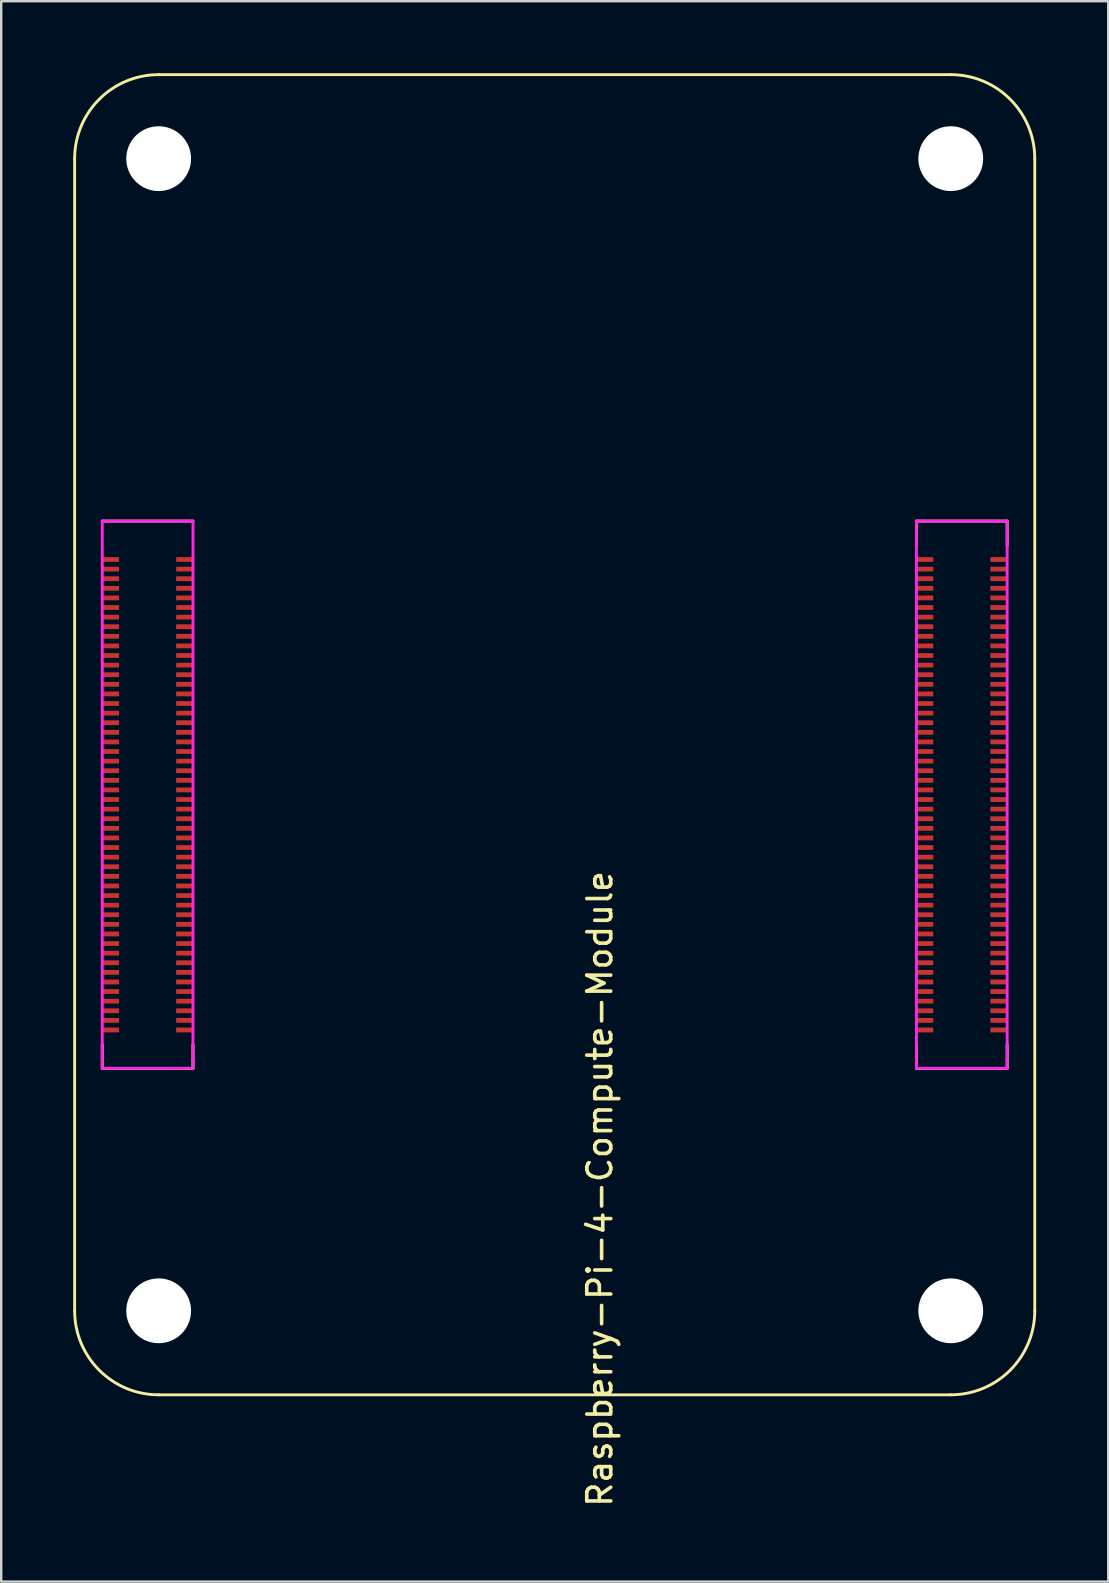
<source format=kicad_pcb>
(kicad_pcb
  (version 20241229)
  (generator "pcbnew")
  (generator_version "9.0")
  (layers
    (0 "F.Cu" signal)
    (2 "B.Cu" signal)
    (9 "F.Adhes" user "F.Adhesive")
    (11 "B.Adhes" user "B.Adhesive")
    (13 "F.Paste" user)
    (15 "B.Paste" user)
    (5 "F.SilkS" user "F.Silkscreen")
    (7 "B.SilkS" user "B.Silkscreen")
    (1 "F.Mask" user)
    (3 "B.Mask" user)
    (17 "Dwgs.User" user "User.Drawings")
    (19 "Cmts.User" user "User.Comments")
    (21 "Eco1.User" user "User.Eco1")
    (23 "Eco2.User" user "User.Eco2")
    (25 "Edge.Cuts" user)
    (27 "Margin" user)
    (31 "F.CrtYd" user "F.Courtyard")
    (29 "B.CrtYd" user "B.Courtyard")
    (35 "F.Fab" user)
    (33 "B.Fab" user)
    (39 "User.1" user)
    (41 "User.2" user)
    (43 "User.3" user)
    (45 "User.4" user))
  (footprint "Raspberry-Pi-4-Compute-Module"
    (layer "F.Cu")
    (at 3.56 51.56)
    (property "Reference" "Raspberry-Pi-4-Compute-Module" (at 18.38 -5.08 270) (layer "F.SilkS") (effects (font (size 1 1) (thickness 0.15))))
    (attr smd)
    (fp_line (start -3.5 -48) (end -3.5 0) (stroke (width 0.12) (type solid)) (layer "F.SilkS"))
    (fp_line (start -2.35 -32.9) (end 1.43 -32.9) (stroke (width 0.12) (type solid)) (layer "F.SilkS"))
    (fp_line (start -2.35 -10.1) (end -2.35 -11.1) (stroke (width 0.12) (type solid)) (layer "F.SilkS"))
    (fp_line (start -2.35 -10.1) (end 1.43 -10.1) (stroke (width 0.12) (type solid)) (layer "F.SilkS"))
    (fp_line (start 0 3.5) (end 33 3.5) (stroke (width 0.12) (type solid)) (layer "F.SilkS"))
    (fp_line (start 1.43 -10.1) (end 1.43 -11.1) (stroke (width 0.12) (type solid)) (layer "F.SilkS"))
    (fp_line (start 31.57 -32.9) (end 31.57 -31.9) (stroke (width 0.12) (type solid)) (layer "F.SilkS"))
    (fp_line (start 31.57 -32.9) (end 35.35 -32.9) (stroke (width 0.12) (type solid)) (layer "F.SilkS"))
    (fp_line (start 31.57 -10.1) (end 31.57 -11.1) (stroke (width 0.12) (type solid)) (layer "F.SilkS"))
    (fp_line (start 31.57 -10.1) (end 35.35 -10.1) (stroke (width 0.12) (type solid)) (layer "F.SilkS"))
    (fp_line (start 33 -51.5) (end 0 -51.5) (stroke (width 0.12) (type solid)) (layer "F.SilkS"))
    (fp_line (start 35.35 -32.9) (end 35.35 -31.9) (stroke (width 0.12) (type solid)) (layer "F.SilkS"))
    (fp_line (start 35.35 -10.1) (end 35.35 -11.1) (stroke (width 0.12) (type solid)) (layer "F.SilkS"))
    (fp_line (start 36.5 0) (end 36.5 -48) (stroke (width 0.12) (type solid)) (layer "F.SilkS"))
    (fp_arc (start -3.5 -48) (mid -2.474874 -50.474874) (end 0 -51.5) (stroke (width 0.12) (type solid)) (layer "F.SilkS"))
    (fp_arc (start 0 3.5) (mid -2.474874 2.474874) (end -3.5 0) (stroke (width 0.12) (type solid)) (layer "F.SilkS"))
    (fp_arc (start 33 -51.5) (mid 35.474874 -50.474874) (end 36.5 -48) (stroke (width 0.12) (type solid)) (layer "F.SilkS"))
    (fp_arc (start 36.5 0) (mid 35.474874 2.474874) (end 33 3.5) (stroke (width 0.12) (type solid)) (layer "F.SilkS"))
    (fp_line (start -2.35 -32.9) (end 1.43 -32.9) (stroke (width 0.12) (type solid)) (layer "F.CrtYd"))
    (fp_line (start -2.35 -10.1) (end -2.35 -32.9) (stroke (width 0.12) (type solid)) (layer "F.CrtYd"))
    (fp_line (start 1.43 -32.9) (end 1.43 -10.1) (stroke (width 0.12) (type solid)) (layer "F.CrtYd"))
    (fp_line (start 1.43 -10.1) (end -2.35 -10.1) (stroke (width 0.12) (type solid)) (layer "F.CrtYd"))
    (fp_line (start 31.57 -32.9) (end 35.35 -32.9) (stroke (width 0.12) (type solid)) (layer "F.CrtYd"))
    (fp_line (start 31.57 -10.1) (end 31.57 -32.9) (stroke (width 0.12) (type solid)) (layer "F.CrtYd"))
    (fp_line (start 35.35 -32.9) (end 35.35 -10.1) (stroke (width 0.12) (type solid)) (layer "F.CrtYd"))
    (fp_line (start 35.35 -10.1) (end 31.57 -10.1) (stroke (width 0.12) (type solid)) (layer "F.CrtYd"))
    (pad "" np_thru_hole circle (at 0 -48) (size 2.7 2.7) (drill 2.7) (layers "*.Cu" "*.Mask"))
    (pad "" np_thru_hole circle (at 0 0) (size 2.7 2.7) (drill 2.7) (layers "*.Cu" "*.Mask"))
    (pad "" np_thru_hole circle (at 33 -48) (size 2.7 2.7) (drill 2.7) (layers "*.Cu" "*.Mask"))
    (pad "" np_thru_hole circle (at 33 0) (size 2.7 2.7) (drill 2.7) (layers "*.Cu" "*.Mask"))
    (pad "1" smd rect (at -2 -31.3 270) (size 0.2 0.7) (layers "F.Cu" "F.Mask" "F.Paste"))
    (pad "2" smd rect (at 1.08 -31.3 270) (size 0.2 0.7) (layers "F.Cu" "F.Mask" "F.Paste"))
    (pad "3" smd rect (at -2 -30.9 270) (size 0.2 0.7) (layers "F.Cu" "F.Mask" "F.Paste"))
    (pad "4" smd rect (at 1.08 -30.9 270) (size 0.2 0.7) (layers "F.Cu" "F.Mask" "F.Paste"))
    (pad "5" smd rect (at -2 -30.5 270) (size 0.2 0.7) (layers "F.Cu" "F.Mask" "F.Paste"))
    (pad "6" smd rect (at 1.08 -30.5 270) (size 0.2 0.7) (layers "F.Cu" "F.Mask" "F.Paste"))
    (pad "7" smd rect (at -2 -30.1 270) (size 0.2 0.7) (layers "F.Cu" "F.Mask" "F.Paste"))
    (pad "8" smd rect (at 1.08 -30.1 270) (size 0.2 0.7) (layers "F.Cu" "F.Mask" "F.Paste"))
    (pad "9" smd rect (at -2 -29.7 270) (size 0.2 0.7) (layers "F.Cu" "F.Mask" "F.Paste"))
    (pad "10" smd rect (at 1.08 -29.7 270) (size 0.2 0.7) (layers "F.Cu" "F.Mask" "F.Paste"))
    (pad "11" smd rect (at -2 -29.3 270) (size 0.2 0.7) (layers "F.Cu" "F.Mask" "F.Paste"))
    (pad "12" smd rect (at 1.08 -29.3 270) (size 0.2 0.7) (layers "F.Cu" "F.Mask" "F.Paste"))
    (pad "13" smd rect (at -2 -28.9 270) (size 0.2 0.7) (layers "F.Cu" "F.Mask" "F.Paste"))
    (pad "14" smd rect (at 1.08 -28.9 270) (size 0.2 0.7) (layers "F.Cu" "F.Mask" "F.Paste"))
    (pad "15" smd rect (at -2 -28.5 270) (size 0.2 0.7) (layers "F.Cu" "F.Mask" "F.Paste"))
    (pad "16" smd rect (at 1.08 -28.5 270) (size 0.2 0.7) (layers "F.Cu" "F.Mask" "F.Paste"))
    (pad "17" smd rect (at -2 -28.1 270) (size 0.2 0.7) (layers "F.Cu" "F.Mask" "F.Paste"))
    (pad "18" smd rect (at 1.08 -28.1 270) (size 0.2 0.7) (layers "F.Cu" "F.Mask" "F.Paste"))
    (pad "19" smd rect (at -2 -27.7 270) (size 0.2 0.7) (layers "F.Cu" "F.Mask" "F.Paste"))
    (pad "20" smd rect (at 1.08 -27.7 270) (size 0.2 0.7) (layers "F.Cu" "F.Mask" "F.Paste"))
    (pad "21" smd rect (at -2 -27.3 270) (size 0.2 0.7) (layers "F.Cu" "F.Mask" "F.Paste"))
    (pad "22" smd rect (at 1.08 -27.3 270) (size 0.2 0.7) (layers "F.Cu" "F.Mask" "F.Paste"))
    (pad "23" smd rect (at -2 -26.9 270) (size 0.2 0.7) (layers "F.Cu" "F.Mask" "F.Paste"))
    (pad "24" smd rect (at 1.08 -26.9 270) (size 0.2 0.7) (layers "F.Cu" "F.Mask" "F.Paste"))
    (pad "25" smd rect (at -2 -26.5 270) (size 0.2 0.7) (layers "F.Cu" "F.Mask" "F.Paste"))
    (pad "26" smd rect (at 1.08 -26.5 270) (size 0.2 0.7) (layers "F.Cu" "F.Mask" "F.Paste"))
    (pad "27" smd rect (at -2 -26.1 270) (size 0.2 0.7) (layers "F.Cu" "F.Mask" "F.Paste"))
    (pad "28" smd rect (at 1.08 -26.1 270) (size 0.2 0.7) (layers "F.Cu" "F.Mask" "F.Paste"))
    (pad "29" smd rect (at -2 -25.7 270) (size 0.2 0.7) (layers "F.Cu" "F.Mask" "F.Paste"))
    (pad "30" smd rect (at 1.08 -25.7 270) (size 0.2 0.7) (layers "F.Cu" "F.Mask" "F.Paste"))
    (pad "31" smd rect (at -2 -25.3 270) (size 0.2 0.7) (layers "F.Cu" "F.Mask" "F.Paste"))
    (pad "32" smd rect (at 1.08 -25.3 270) (size 0.2 0.7) (layers "F.Cu" "F.Mask" "F.Paste"))
    (pad "33" smd rect (at -2 -24.9 270) (size 0.2 0.7) (layers "F.Cu" "F.Mask" "F.Paste"))
    (pad "34" smd rect (at 1.08 -24.9 270) (size 0.2 0.7) (layers "F.Cu" "F.Mask" "F.Paste"))
    (pad "35" smd rect (at -2 -24.5 270) (size 0.2 0.7) (layers "F.Cu" "F.Mask" "F.Paste"))
    (pad "36" smd rect (at 1.08 -24.5 270) (size 0.2 0.7) (layers "F.Cu" "F.Mask" "F.Paste"))
    (pad "37" smd rect (at -2 -24.1 270) (size 0.2 0.7) (layers "F.Cu" "F.Mask" "F.Paste"))
    (pad "38" smd rect (at 1.08 -24.1 270) (size 0.2 0.7) (layers "F.Cu" "F.Mask" "F.Paste"))
    (pad "39" smd rect (at -2 -23.7 270) (size 0.2 0.7) (layers "F.Cu" "F.Mask" "F.Paste"))
    (pad "40" smd rect (at 1.08 -23.7 270) (size 0.2 0.7) (layers "F.Cu" "F.Mask" "F.Paste"))
    (pad "41" smd rect (at -2 -23.3 270) (size 0.2 0.7) (layers "F.Cu" "F.Mask" "F.Paste"))
    (pad "42" smd rect (at 1.08 -23.3 270) (size 0.2 0.7) (layers "F.Cu" "F.Mask" "F.Paste"))
    (pad "43" smd rect (at -2 -22.9 270) (size 0.2 0.7) (layers "F.Cu" "F.Mask" "F.Paste"))
    (pad "44" smd rect (at 1.08 -22.9 270) (size 0.2 0.7) (layers "F.Cu" "F.Mask" "F.Paste"))
    (pad "45" smd rect (at -2 -22.5 270) (size 0.2 0.7) (layers "F.Cu" "F.Mask" "F.Paste"))
    (pad "46" smd rect (at 1.08 -22.5 270) (size 0.2 0.7) (layers "F.Cu" "F.Mask" "F.Paste"))
    (pad "47" smd rect (at -2 -22.1 270) (size 0.2 0.7) (layers "F.Cu" "F.Mask" "F.Paste"))
    (pad "48" smd rect (at 1.08 -22.1 270) (size 0.2 0.7) (layers "F.Cu" "F.Mask" "F.Paste"))
    (pad "49" smd rect (at -2 -21.7 270) (size 0.2 0.7) (layers "F.Cu" "F.Mask" "F.Paste"))
    (pad "50" smd rect (at 1.08 -21.7 270) (size 0.2 0.7) (layers "F.Cu" "F.Mask" "F.Paste"))
    (pad "51" smd rect (at -2 -21.3 270) (size 0.2 0.7) (layers "F.Cu" "F.Mask" "F.Paste"))
    (pad "52" smd rect (at 1.08 -21.3 270) (size 0.2 0.7) (layers "F.Cu" "F.Mask" "F.Paste"))
    (pad "53" smd rect (at -2 -20.9 270) (size 0.2 0.7) (layers "F.Cu" "F.Mask" "F.Paste"))
    (pad "54" smd rect (at 1.08 -20.9 270) (size 0.2 0.7) (layers "F.Cu" "F.Mask" "F.Paste"))
    (pad "55" smd rect (at -2 -20.5 270) (size 0.2 0.7) (layers "F.Cu" "F.Mask" "F.Paste"))
    (pad "56" smd rect (at 1.08 -20.5 270) (size 0.2 0.7) (layers "F.Cu" "F.Mask" "F.Paste"))
    (pad "57" smd rect (at -2 -20.1 270) (size 0.2 0.7) (layers "F.Cu" "F.Mask" "F.Paste"))
    (pad "58" smd rect (at 1.08 -20.1 270) (size 0.2 0.7) (layers "F.Cu" "F.Mask" "F.Paste"))
    (pad "59" smd rect (at -2 -19.7 270) (size 0.2 0.7) (layers "F.Cu" "F.Mask" "F.Paste"))
    (pad "60" smd rect (at 1.08 -19.7 270) (size 0.2 0.7) (layers "F.Cu" "F.Mask" "F.Paste"))
    (pad "61" smd rect (at -2 -19.3 270) (size 0.2 0.7) (layers "F.Cu" "F.Mask" "F.Paste"))
    (pad "62" smd rect (at 1.08 -19.3 270) (size 0.2 0.7) (layers "F.Cu" "F.Mask" "F.Paste"))
    (pad "63" smd rect (at -2 -18.9 270) (size 0.2 0.7) (layers "F.Cu" "F.Mask" "F.Paste"))
    (pad "64" smd rect (at 1.08 -18.9 270) (size 0.2 0.7) (layers "F.Cu" "F.Mask" "F.Paste"))
    (pad "65" smd rect (at -2 -18.5 270) (size 0.2 0.7) (layers "F.Cu" "F.Mask" "F.Paste"))
    (pad "66" smd rect (at 1.08 -18.5 270) (size 0.2 0.7) (layers "F.Cu" "F.Mask" "F.Paste"))
    (pad "67" smd rect (at -2 -18.1 270) (size 0.2 0.7) (layers "F.Cu" "F.Mask" "F.Paste"))
    (pad "68" smd rect (at 1.08 -18.1 270) (size 0.2 0.7) (layers "F.Cu" "F.Mask" "F.Paste"))
    (pad "69" smd rect (at -2 -17.7 270) (size 0.2 0.7) (layers "F.Cu" "F.Mask" "F.Paste"))
    (pad "70" smd rect (at 1.08 -17.7 270) (size 0.2 0.7) (layers "F.Cu" "F.Mask" "F.Paste"))
    (pad "71" smd rect (at -2 -17.3 270) (size 0.2 0.7) (layers "F.Cu" "F.Mask" "F.Paste"))
    (pad "72" smd rect (at 1.08 -17.3 270) (size 0.2 0.7) (layers "F.Cu" "F.Mask" "F.Paste"))
    (pad "73" smd rect (at -2 -16.9 270) (size 0.2 0.7) (layers "F.Cu" "F.Mask" "F.Paste"))
    (pad "74" smd rect (at 1.08 -16.9 270) (size 0.2 0.7) (layers "F.Cu" "F.Mask" "F.Paste"))
    (pad "75" smd rect (at -2 -16.5 270) (size 0.2 0.7) (layers "F.Cu" "F.Mask" "F.Paste"))
    (pad "76" smd rect (at 1.08 -16.5 270) (size 0.2 0.7) (layers "F.Cu" "F.Mask" "F.Paste"))
    (pad "77" smd rect (at -2 -16.1 270) (size 0.2 0.7) (layers "F.Cu" "F.Mask" "F.Paste"))
    (pad "78" smd rect (at 1.08 -16.1 270) (size 0.2 0.7) (layers "F.Cu" "F.Mask" "F.Paste"))
    (pad "79" smd rect (at -2 -15.7 270) (size 0.2 0.7) (layers "F.Cu" "F.Mask" "F.Paste"))
    (pad "80" smd rect (at 1.08 -15.7 270) (size 0.2 0.7) (layers "F.Cu" "F.Mask" "F.Paste"))
    (pad "81" smd rect (at -2 -15.3 270) (size 0.2 0.7) (layers "F.Cu" "F.Mask" "F.Paste"))
    (pad "82" smd rect (at 1.08 -15.3 270) (size 0.2 0.7) (layers "F.Cu" "F.Mask" "F.Paste"))
    (pad "83" smd rect (at -2 -14.9 270) (size 0.2 0.7) (layers "F.Cu" "F.Mask" "F.Paste"))
    (pad "84" smd rect (at 1.08 -14.9 270) (size 0.2 0.7) (layers "F.Cu" "F.Mask" "F.Paste"))
    (pad "85" smd rect (at -2 -14.5 270) (size 0.2 0.7) (layers "F.Cu" "F.Mask" "F.Paste"))
    (pad "86" smd rect (at 1.08 -14.5 270) (size 0.2 0.7) (layers "F.Cu" "F.Mask" "F.Paste"))
    (pad "87" smd rect (at -2 -14.1 270) (size 0.2 0.7) (layers "F.Cu" "F.Mask" "F.Paste"))
    (pad "88" smd rect (at 1.08 -14.1 270) (size 0.2 0.7) (layers "F.Cu" "F.Mask" "F.Paste"))
    (pad "89" smd rect (at -2 -13.7 270) (size 0.2 0.7) (layers "F.Cu" "F.Mask" "F.Paste"))
    (pad "90" smd rect (at 1.08 -13.7 270) (size 0.2 0.7) (layers "F.Cu" "F.Mask" "F.Paste"))
    (pad "91" smd rect (at -2 -13.3 270) (size 0.2 0.7) (layers "F.Cu" "F.Mask" "F.Paste"))
    (pad "92" smd rect (at 1.08 -13.3 270) (size 0.2 0.7) (layers "F.Cu" "F.Mask" "F.Paste"))
    (pad "93" smd rect (at -2 -12.9 270) (size 0.2 0.7) (layers "F.Cu" "F.Mask" "F.Paste"))
    (pad "94" smd rect (at 1.08 -12.9 270) (size 0.2 0.7) (layers "F.Cu" "F.Mask" "F.Paste"))
    (pad "95" smd rect (at -2 -12.5 270) (size 0.2 0.7) (layers "F.Cu" "F.Mask" "F.Paste"))
    (pad "96" smd rect (at 1.08 -12.5 270) (size 0.2 0.7) (layers "F.Cu" "F.Mask" "F.Paste"))
    (pad "97" smd rect (at -2 -12.1 270) (size 0.2 0.7) (layers "F.Cu" "F.Mask" "F.Paste"))
    (pad "98" smd rect (at 1.08 -12.1 270) (size 0.2 0.7) (layers "F.Cu" "F.Mask" "F.Paste"))
    (pad "99" smd rect (at -2 -11.7 270) (size 0.2 0.7) (layers "F.Cu" "F.Mask" "F.Paste"))
    (pad "100" smd rect (at 1.08 -11.7 270) (size 0.2 0.7) (layers "F.Cu" "F.Mask" "F.Paste"))
    (pad "101" smd rect (at 31.92 -31.3 270) (size 0.2 0.7) (layers "F.Cu" "F.Mask" "F.Paste"))
    (pad "102" smd rect (at 35 -31.3 270) (size 0.2 0.7) (layers "F.Cu" "F.Mask" "F.Paste"))
    (pad "103" smd rect (at 31.92 -30.9 270) (size 0.2 0.7) (layers "F.Cu" "F.Mask" "F.Paste"))
    (pad "104" smd rect (at 35 -30.9 270) (size 0.2 0.7) (layers "F.Cu" "F.Mask" "F.Paste"))
    (pad "105" smd rect (at 31.92 -30.5 270) (size 0.2 0.7) (layers "F.Cu" "F.Mask" "F.Paste"))
    (pad "106" smd rect (at 35 -30.5 270) (size 0.2 0.7) (layers "F.Cu" "F.Mask" "F.Paste"))
    (pad "107" smd rect (at 31.92 -30.1 270) (size 0.2 0.7) (layers "F.Cu" "F.Mask" "F.Paste"))
    (pad "108" smd rect (at 35 -30.1 270) (size 0.2 0.7) (layers "F.Cu" "F.Mask" "F.Paste"))
    (pad "109" smd rect (at 31.92 -29.7 270) (size 0.2 0.7) (layers "F.Cu" "F.Mask" "F.Paste"))
    (pad "110" smd rect (at 35 -29.7 270) (size 0.2 0.7) (layers "F.Cu" "F.Mask" "F.Paste"))
    (pad "111" smd rect (at 31.92 -29.3 270) (size 0.2 0.7) (layers "F.Cu" "F.Mask" "F.Paste"))
    (pad "112" smd rect (at 35 -29.3 270) (size 0.2 0.7) (layers "F.Cu" "F.Mask" "F.Paste"))
    (pad "113" smd rect (at 31.92 -28.9 270) (size 0.2 0.7) (layers "F.Cu" "F.Mask" "F.Paste"))
    (pad "114" smd rect (at 35 -28.9 270) (size 0.2 0.7) (layers "F.Cu" "F.Mask" "F.Paste"))
    (pad "115" smd rect (at 31.92 -28.5 270) (size 0.2 0.7) (layers "F.Cu" "F.Mask" "F.Paste"))
    (pad "116" smd rect (at 35 -28.5 270) (size 0.2 0.7) (layers "F.Cu" "F.Mask" "F.Paste"))
    (pad "117" smd rect (at 31.92 -28.1 270) (size 0.2 0.7) (layers "F.Cu" "F.Mask" "F.Paste"))
    (pad "118" smd rect (at 35 -28.1 270) (size 0.2 0.7) (layers "F.Cu" "F.Mask" "F.Paste"))
    (pad "119" smd rect (at 31.92 -27.7 270) (size 0.2 0.7) (layers "F.Cu" "F.Mask" "F.Paste"))
    (pad "120" smd rect (at 35 -27.7 270) (size 0.2 0.7) (layers "F.Cu" "F.Mask" "F.Paste"))
    (pad "121" smd rect (at 31.92 -27.3 270) (size 0.2 0.7) (layers "F.Cu" "F.Mask" "F.Paste"))
    (pad "122" smd rect (at 35 -27.3 270) (size 0.2 0.7) (layers "F.Cu" "F.Mask" "F.Paste"))
    (pad "123" smd rect (at 31.92 -26.9 270) (size 0.2 0.7) (layers "F.Cu" "F.Mask" "F.Paste"))
    (pad "124" smd rect (at 35 -26.9 270) (size 0.2 0.7) (layers "F.Cu" "F.Mask" "F.Paste"))
    (pad "125" smd rect (at 31.92 -26.5 270) (size 0.2 0.7) (layers "F.Cu" "F.Mask" "F.Paste"))
    (pad "126" smd rect (at 35 -26.5 270) (size 0.2 0.7) (layers "F.Cu" "F.Mask" "F.Paste"))
    (pad "127" smd rect (at 31.92 -26.1 270) (size 0.2 0.7) (layers "F.Cu" "F.Mask" "F.Paste"))
    (pad "128" smd rect (at 35 -26.1 270) (size 0.2 0.7) (layers "F.Cu" "F.Mask" "F.Paste"))
    (pad "129" smd rect (at 31.92 -25.7 270) (size 0.2 0.7) (layers "F.Cu" "F.Mask" "F.Paste"))
    (pad "130" smd rect (at 35 -25.7 270) (size 0.2 0.7) (layers "F.Cu" "F.Mask" "F.Paste"))
    (pad "131" smd rect (at 31.92 -25.3 270) (size 0.2 0.7) (layers "F.Cu" "F.Mask" "F.Paste"))
    (pad "132" smd rect (at 35 -25.3 270) (size 0.2 0.7) (layers "F.Cu" "F.Mask" "F.Paste"))
    (pad "133" smd rect (at 31.92 -24.9 270) (size 0.2 0.7) (layers "F.Cu" "F.Mask" "F.Paste"))
    (pad "134" smd rect (at 35 -24.9 270) (size 0.2 0.7) (layers "F.Cu" "F.Mask" "F.Paste"))
    (pad "135" smd rect (at 31.92 -24.5 270) (size 0.2 0.7) (layers "F.Cu" "F.Mask" "F.Paste"))
    (pad "136" smd rect (at 35 -24.5 270) (size 0.2 0.7) (layers "F.Cu" "F.Mask" "F.Paste"))
    (pad "137" smd rect (at 31.92 -24.1 270) (size 0.2 0.7) (layers "F.Cu" "F.Mask" "F.Paste"))
    (pad "138" smd rect (at 35 -24.1 270) (size 0.2 0.7) (layers "F.Cu" "F.Mask" "F.Paste"))
    (pad "139" smd rect (at 31.92 -23.7 270) (size 0.2 0.7) (layers "F.Cu" "F.Mask" "F.Paste"))
    (pad "140" smd rect (at 35 -23.7 270) (size 0.2 0.7) (layers "F.Cu" "F.Mask" "F.Paste"))
    (pad "141" smd rect (at 31.92 -23.3 270) (size 0.2 0.7) (layers "F.Cu" "F.Mask" "F.Paste"))
    (pad "142" smd rect (at 35 -23.3 270) (size 0.2 0.7) (layers "F.Cu" "F.Mask" "F.Paste"))
    (pad "143" smd rect (at 31.92 -22.9 270) (size 0.2 0.7) (layers "F.Cu" "F.Mask" "F.Paste"))
    (pad "144" smd rect (at 35 -22.9 270) (size 0.2 0.7) (layers "F.Cu" "F.Mask" "F.Paste"))
    (pad "145" smd rect (at 31.92 -22.5 270) (size 0.2 0.7) (layers "F.Cu" "F.Mask" "F.Paste"))
    (pad "146" smd rect (at 35 -22.5 270) (size 0.2 0.7) (layers "F.Cu" "F.Mask" "F.Paste"))
    (pad "147" smd rect (at 31.92 -22.1 270) (size 0.2 0.7) (layers "F.Cu" "F.Mask" "F.Paste"))
    (pad "148" smd rect (at 35 -22.1 270) (size 0.2 0.7) (layers "F.Cu" "F.Mask" "F.Paste"))
    (pad "149" smd rect (at 31.92 -21.7 270) (size 0.2 0.7) (layers "F.Cu" "F.Mask" "F.Paste"))
    (pad "150" smd rect (at 35 -21.7 270) (size 0.2 0.7) (layers "F.Cu" "F.Mask" "F.Paste"))
    (pad "151" smd rect (at 31.92 -21.3 270) (size 0.2 0.7) (layers "F.Cu" "F.Mask" "F.Paste"))
    (pad "152" smd rect (at 35 -21.3 270) (size 0.2 0.7) (layers "F.Cu" "F.Mask" "F.Paste"))
    (pad "153" smd rect (at 31.92 -20.9 270) (size 0.2 0.7) (layers "F.Cu" "F.Mask" "F.Paste"))
    (pad "154" smd rect (at 35 -20.9 270) (size 0.2 0.7) (layers "F.Cu" "F.Mask" "F.Paste"))
    (pad "155" smd rect (at 31.92 -20.5 270) (size 0.2 0.7) (layers "F.Cu" "F.Mask" "F.Paste"))
    (pad "156" smd rect (at 35 -20.5 270) (size 0.2 0.7) (layers "F.Cu" "F.Mask" "F.Paste"))
    (pad "157" smd rect (at 31.92 -20.1 270) (size 0.2 0.7) (layers "F.Cu" "F.Mask" "F.Paste"))
    (pad "158" smd rect (at 35 -20.1 270) (size 0.2 0.7) (layers "F.Cu" "F.Mask" "F.Paste"))
    (pad "159" smd rect (at 31.92 -19.7 270) (size 0.2 0.7) (layers "F.Cu" "F.Mask" "F.Paste"))
    (pad "160" smd rect (at 35 -19.7 270) (size 0.2 0.7) (layers "F.Cu" "F.Mask" "F.Paste"))
    (pad "161" smd rect (at 31.92 -19.3 270) (size 0.2 0.7) (layers "F.Cu" "F.Mask" "F.Paste"))
    (pad "162" smd rect (at 35 -19.3 270) (size 0.2 0.7) (layers "F.Cu" "F.Mask" "F.Paste"))
    (pad "163" smd rect (at 31.92 -18.9 270) (size 0.2 0.7) (layers "F.Cu" "F.Mask" "F.Paste"))
    (pad "164" smd rect (at 35 -18.9 270) (size 0.2 0.7) (layers "F.Cu" "F.Mask" "F.Paste"))
    (pad "165" smd rect (at 31.92 -18.5 270) (size 0.2 0.7) (layers "F.Cu" "F.Mask" "F.Paste"))
    (pad "166" smd rect (at 35 -18.5 270) (size 0.2 0.7) (layers "F.Cu" "F.Mask" "F.Paste"))
    (pad "167" smd rect (at 31.92 -18.1 270) (size 0.2 0.7) (layers "F.Cu" "F.Mask" "F.Paste"))
    (pad "168" smd rect (at 35 -18.1 270) (size 0.2 0.7) (layers "F.Cu" "F.Mask" "F.Paste"))
    (pad "169" smd rect (at 31.92 -17.7 270) (size 0.2 0.7) (layers "F.Cu" "F.Mask" "F.Paste"))
    (pad "170" smd rect (at 35 -17.7 270) (size 0.2 0.7) (layers "F.Cu" "F.Mask" "F.Paste"))
    (pad "171" smd rect (at 31.92 -17.3 270) (size 0.2 0.7) (layers "F.Cu" "F.Mask" "F.Paste"))
    (pad "172" smd rect (at 35 -17.3 270) (size 0.2 0.7) (layers "F.Cu" "F.Mask" "F.Paste"))
    (pad "173" smd rect (at 31.92 -16.9 270) (size 0.2 0.7) (layers "F.Cu" "F.Mask" "F.Paste"))
    (pad "174" smd rect (at 35 -16.9 270) (size 0.2 0.7) (layers "F.Cu" "F.Mask" "F.Paste"))
    (pad "175" smd rect (at 31.92 -16.5 270) (size 0.2 0.7) (layers "F.Cu" "F.Mask" "F.Paste"))
    (pad "176" smd rect (at 35 -16.5 270) (size 0.2 0.7) (layers "F.Cu" "F.Mask" "F.Paste"))
    (pad "177" smd rect (at 31.92 -16.1 270) (size 0.2 0.7) (layers "F.Cu" "F.Mask" "F.Paste"))
    (pad "178" smd rect (at 35 -16.1 270) (size 0.2 0.7) (layers "F.Cu" "F.Mask" "F.Paste"))
    (pad "179" smd rect (at 31.92 -15.7 270) (size 0.2 0.7) (layers "F.Cu" "F.Mask" "F.Paste"))
    (pad "180" smd rect (at 35 -15.7 270) (size 0.2 0.7) (layers "F.Cu" "F.Mask" "F.Paste"))
    (pad "181" smd rect (at 31.92 -15.3 270) (size 0.2 0.7) (layers "F.Cu" "F.Mask" "F.Paste"))
    (pad "182" smd rect (at 35 -15.3 270) (size 0.2 0.7) (layers "F.Cu" "F.Mask" "F.Paste"))
    (pad "183" smd rect (at 31.92 -14.9 270) (size 0.2 0.7) (layers "F.Cu" "F.Mask" "F.Paste"))
    (pad "184" smd rect (at 35 -14.9 270) (size 0.2 0.7) (layers "F.Cu" "F.Mask" "F.Paste"))
    (pad "185" smd rect (at 31.92 -14.5 270) (size 0.2 0.7) (layers "F.Cu" "F.Mask" "F.Paste"))
    (pad "186" smd rect (at 35 -14.5 270) (size 0.2 0.7) (layers "F.Cu" "F.Mask" "F.Paste"))
    (pad "187" smd rect (at 31.92 -14.1 270) (size 0.2 0.7) (layers "F.Cu" "F.Mask" "F.Paste"))
    (pad "188" smd rect (at 35 -14.1 270) (size 0.2 0.7) (layers "F.Cu" "F.Mask" "F.Paste"))
    (pad "189" smd rect (at 31.92 -13.7 270) (size 0.2 0.7) (layers "F.Cu" "F.Mask" "F.Paste"))
    (pad "190" smd rect (at 35 -13.7 270) (size 0.2 0.7) (layers "F.Cu" "F.Mask" "F.Paste"))
    (pad "191" smd rect (at 31.92 -13.3 270) (size 0.2 0.7) (layers "F.Cu" "F.Mask" "F.Paste"))
    (pad "192" smd rect (at 35 -13.3 270) (size 0.2 0.7) (layers "F.Cu" "F.Mask" "F.Paste"))
    (pad "193" smd rect (at 31.92 -12.9 270) (size 0.2 0.7) (layers "F.Cu" "F.Mask" "F.Paste"))
    (pad "194" smd rect (at 35 -12.9 270) (size 0.2 0.7) (layers "F.Cu" "F.Mask" "F.Paste"))
    (pad "195" smd rect (at 31.92 -12.5 270) (size 0.2 0.7) (layers "F.Cu" "F.Mask" "F.Paste"))
    (pad "196" smd rect (at 35 -12.5 270) (size 0.2 0.7) (layers "F.Cu" "F.Mask" "F.Paste"))
    (pad "197" smd rect (at 31.92 -12.1 270) (size 0.2 0.7) (layers "F.Cu" "F.Mask" "F.Paste"))
    (pad "198" smd rect (at 35 -12.1 270) (size 0.2 0.7) (layers "F.Cu" "F.Mask" "F.Paste"))
    (pad "199" smd rect (at 31.92 -11.7 270) (size 0.2 0.7) (layers "F.Cu" "F.Mask" "F.Paste"))
    (pad "200" smd rect (at 35 -11.7 270) (size 0.2 0.7) (layers "F.Cu" "F.Mask" "F.Paste")))
  (gr_rect
    (start -3 -3)
    (end 43.12 62.843)
    (stroke (width 0.1) (type default))
    (fill no)
    (layer "Edge.Cuts")))
</source>
